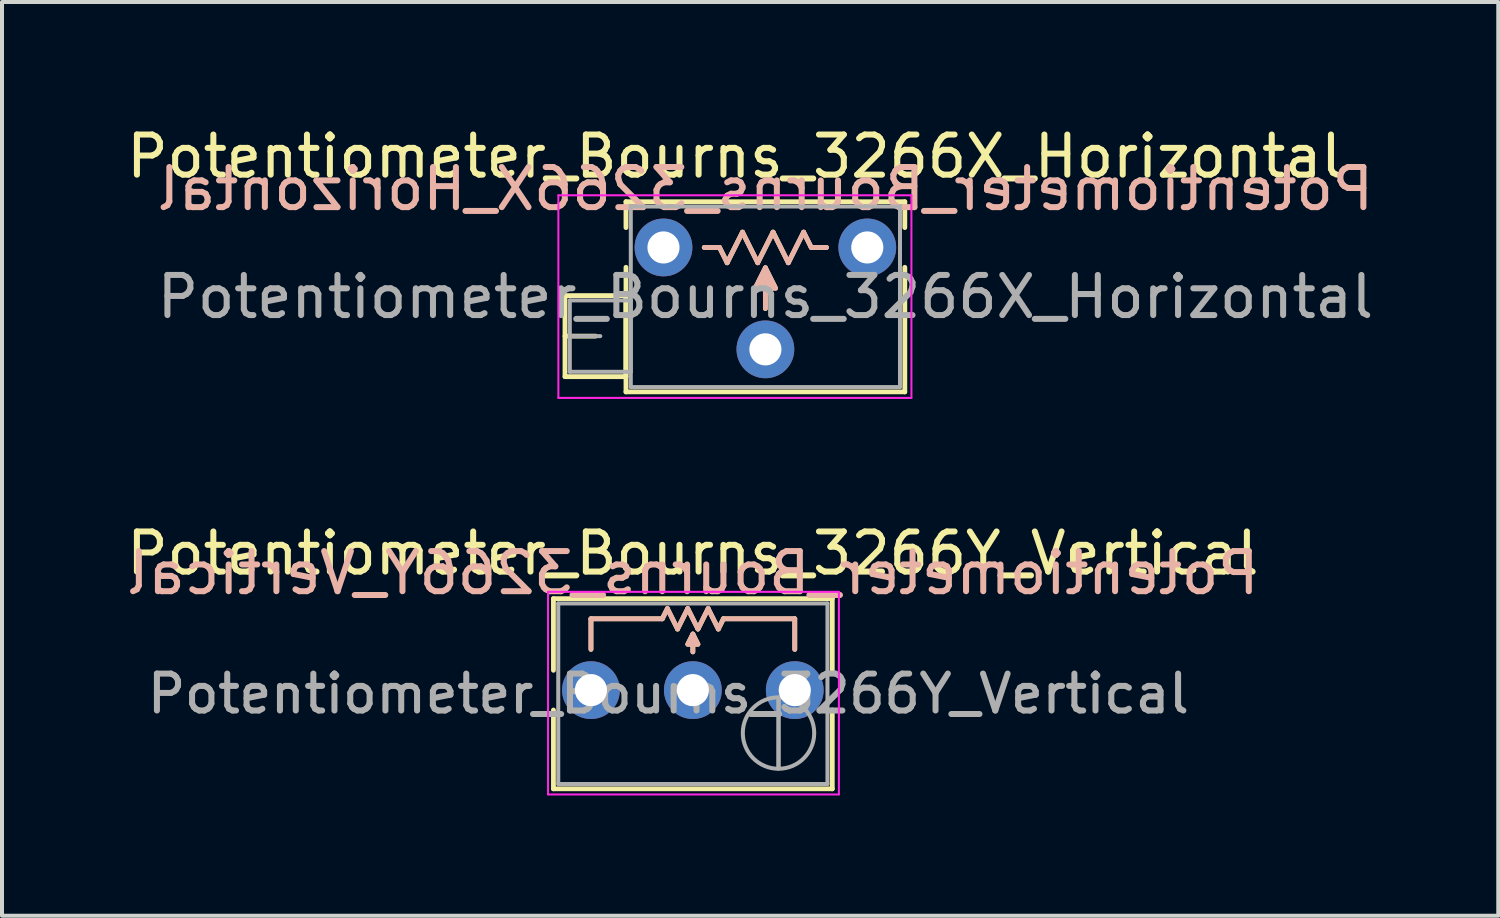
<source format=kicad_pcb>
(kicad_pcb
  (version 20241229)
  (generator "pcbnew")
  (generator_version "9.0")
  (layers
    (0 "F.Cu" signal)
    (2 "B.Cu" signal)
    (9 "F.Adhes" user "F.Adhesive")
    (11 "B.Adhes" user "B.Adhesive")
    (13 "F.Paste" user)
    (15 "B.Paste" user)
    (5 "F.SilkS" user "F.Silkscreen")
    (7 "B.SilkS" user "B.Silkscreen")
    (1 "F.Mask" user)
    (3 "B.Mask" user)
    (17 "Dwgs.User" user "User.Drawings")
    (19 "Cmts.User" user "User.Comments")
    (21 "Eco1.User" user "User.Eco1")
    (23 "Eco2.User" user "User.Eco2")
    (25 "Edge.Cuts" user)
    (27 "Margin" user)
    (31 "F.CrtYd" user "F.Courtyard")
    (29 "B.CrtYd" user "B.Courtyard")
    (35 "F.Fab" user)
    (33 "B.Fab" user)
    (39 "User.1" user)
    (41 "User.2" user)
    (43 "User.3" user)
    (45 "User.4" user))
  (footprint "Potentiometer_Bourns_3266Y_Vertical"
    (layer "F.Cu")
    (at 16.76 14.152)
    (property "Reference" "Potentiometer_Bourns_3266Y_Vertical" (at -2.54 -3.41 0) (layer "F.SilkS") (effects (font (size 1 1) (thickness 0.15))))
    (attr through_hole)
    (fp_line (start -6.015 -2.28) (end -6.015 -0.494) (stroke (width 0.12) (type solid)) (layer "F.SilkS"))
    (fp_line (start -6.015 -2.28) (end 0.935 -2.28) (stroke (width 0.12) (type solid)) (layer "F.SilkS"))
    (fp_line (start -6.015 0.496) (end -6.015 2.46) (stroke (width 0.12) (type solid)) (layer "F.SilkS"))
    (fp_line (start -6.015 2.46) (end 0.935 2.46) (stroke (width 0.12) (type solid)) (layer "F.SilkS"))
    (fp_line (start -5.08 -1.778) (end -5.08 -1.016) (stroke (width 0.12) (type solid)) (layer "F.SilkS"))
    (fp_line (start -3.302 -1.778) (end -5.08 -1.778) (stroke (width 0.12) (type solid)) (layer "F.SilkS"))
    (fp_line (start -3.175 -2.032) (end -3.302 -1.778) (stroke (width 0.12) (type solid)) (layer "F.SilkS"))
    (fp_line (start -2.921 -1.524) (end -3.175 -2.032) (stroke (width 0.12) (type solid)) (layer "F.SilkS"))
    (fp_line (start -2.667 -2.032) (end -2.921 -1.524) (stroke (width 0.12) (type solid)) (layer "F.SilkS"))
    (fp_line (start -2.54 -1.397) (end -2.54 -0.953) (stroke (width 0.12) (type solid)) (layer "F.SilkS"))
    (fp_line (start -2.413 -1.524) (end -2.667 -2.032) (stroke (width 0.12) (type solid)) (layer "F.SilkS"))
    (fp_line (start -2.159 -2.032) (end -2.413 -1.524) (stroke (width 0.12) (type solid)) (layer "F.SilkS"))
    (fp_line (start -1.905 -1.524) (end -2.159 -2.032) (stroke (width 0.12) (type solid)) (layer "F.SilkS"))
    (fp_line (start -1.778 -1.778) (end -1.905 -1.524) (stroke (width 0.12) (type solid)) (layer "F.SilkS"))
    (fp_line (start -1.778 -1.778) (end 0 -1.778) (stroke (width 0.12) (type solid)) (layer "F.SilkS"))
    (fp_line (start 0 -1.778) (end 0 -1.016) (stroke (width 0.12) (type solid)) (layer "F.SilkS"))
    (fp_line (start 0.935 -2.28) (end 0.935 -0.494) (stroke (width 0.12) (type solid)) (layer "F.SilkS"))
    (fp_line (start 0.935 0.496) (end 0.935 2.46) (stroke (width 0.12) (type solid)) (layer "F.SilkS"))
    (fp_poly (pts (xy -2.413 -1.143) (xy -2.667 -1.143) (xy -2.54 -1.397)) (stroke (width 0.12) (type solid)) (fill yes) (layer "F.SilkS"))
    (fp_line (start -5.08 -1.778) (end -3.302 -1.778) (stroke (width 0.12) (type solid)) (layer "B.SilkS"))
    (fp_line (start -5.08 -1.016) (end -5.08 -1.778) (stroke (width 0.12) (type solid)) (layer "B.SilkS"))
    (fp_line (start -3.302 -1.778) (end -3.175 -2.032) (stroke (width 0.12) (type solid)) (layer "B.SilkS"))
    (fp_line (start -3.175 -2.032) (end -2.921 -1.524) (stroke (width 0.12) (type solid)) (layer "B.SilkS"))
    (fp_line (start -2.921 -1.524) (end -2.667 -2.032) (stroke (width 0.12) (type solid)) (layer "B.SilkS"))
    (fp_line (start -2.667 -2.032) (end -2.413 -1.524) (stroke (width 0.12) (type solid)) (layer "B.SilkS"))
    (fp_line (start -2.54 -1.397) (end -2.54 -0.953) (stroke (width 0.12) (type solid)) (layer "B.SilkS"))
    (fp_line (start -2.413 -1.524) (end -2.159 -2.032) (stroke (width 0.12) (type solid)) (layer "B.SilkS"))
    (fp_line (start -2.159 -2.032) (end -1.905 -1.524) (stroke (width 0.12) (type solid)) (layer "B.SilkS"))
    (fp_line (start -1.905 -1.524) (end -1.778 -1.778) (stroke (width 0.12) (type solid)) (layer "B.SilkS"))
    (fp_line (start -1.778 -1.778) (end 0 -1.778) (stroke (width 0.12) (type solid)) (layer "B.SilkS"))
    (fp_line (start 0 -1.778) (end 0 -1.016) (stroke (width 0.12) (type solid)) (layer "B.SilkS"))
    (fp_poly (pts (xy -2.413 -1.143) (xy -2.667 -1.143) (xy -2.54 -1.397)) (stroke (width 0.12) (type solid)) (fill yes) (layer "B.SilkS"))
    (fp_line (start -6.15 -2.45) (end -6.15 2.6) (stroke (width 0.05) (type solid)) (layer "F.CrtYd"))
    (fp_line (start -6.15 2.6) (end 1.1 2.6) (stroke (width 0.05) (type solid)) (layer "F.CrtYd"))
    (fp_line (start 1.1 -2.45) (end -6.15 -2.45) (stroke (width 0.05) (type solid)) (layer "F.CrtYd"))
    (fp_line (start 1.1 2.6) (end 1.1 -2.45) (stroke (width 0.05) (type solid)) (layer "F.CrtYd"))
    (fp_line (start -5.895 -2.16) (end -5.895 2.34) (stroke (width 0.1) (type solid)) (layer "F.Fab"))
    (fp_line (start -5.895 2.34) (end 0.815 2.34) (stroke (width 0.1) (type solid)) (layer "F.Fab"))
    (fp_line (start -0.405 1.952) (end -0.404 0.189) (stroke (width 0.1) (type solid)) (layer "F.Fab"))
    (fp_line (start -0.405 1.952) (end -0.404 0.189) (stroke (width 0.1) (type solid)) (layer "F.Fab"))
    (fp_line (start 0.815 -2.16) (end -5.895 -2.16) (stroke (width 0.1) (type solid)) (layer "F.Fab"))
    (fp_line (start 0.815 2.34) (end 0.815 -2.16) (stroke (width 0.1) (type solid)) (layer "F.Fab"))
    (fp_circle (center -0.405 1.07) (end 0.485 1.07) (stroke (width 0.1) (type solid)) (fill no) (layer "F.Fab"))
    (fp_text user "${REFERENCE}" (at -2.54 -2.921 0) (unlocked yes) (layer "B.SilkS") (effects (font (size 1 1) (thickness 0.15)) (justify mirror)))
    (fp_text user "${REFERENCE}" (at -3.15 0.09 0) (layer "F.Fab") (effects (font (size 0.92 0.92) (thickness 0.15))))
    (pad "1" thru_hole circle (at 0 0) (size 1.44 1.44) (drill 0.8) (layers "*.Cu" "*.Mask"))
    (pad "2" thru_hole circle (at -2.54 0) (size 1.44 1.44) (drill 0.8) (layers "*.Cu" "*.Mask"))
    (pad "3" thru_hole circle (at -5.08 0) (size 1.44 1.44) (drill 0.8) (layers "*.Cu" "*.Mask")))
  (footprint "Potentiometer_Bourns_3266X_Horizontal"
    (layer "F.Cu")
    (at 18.568 3.118)
    (property "Reference" "Potentiometer_Bourns_3266X_Horizontal" (at -3.3 -2.27 0) (layer "F.SilkS") (effects (font (size 1 1) (thickness 0.15))))
    (attr through_hole)
    (fp_line (start -7.535 1.2) (end -7.535 3.22) (stroke (width 0.12) (type solid)) (layer "F.SilkS"))
    (fp_line (start -7.535 1.2) (end -6.016 1.2) (stroke (width 0.12) (type solid)) (layer "F.SilkS"))
    (fp_line (start -7.535 2.21) (end -6.776 2.21) (stroke (width 0.12) (type solid)) (layer "F.SilkS"))
    (fp_line (start -7.535 3.22) (end -6.016 3.22) (stroke (width 0.12) (type solid)) (layer "F.SilkS"))
    (fp_line (start -6.016 1.2) (end -6.016 3.22) (stroke (width 0.12) (type solid)) (layer "F.SilkS"))
    (fp_line (start -6.015 -1.14) (end -6.015 -0.495) (stroke (width 0.12) (type solid)) (layer "F.SilkS"))
    (fp_line (start -6.015 -1.14) (end 0.935 -1.14) (stroke (width 0.12) (type solid)) (layer "F.SilkS"))
    (fp_line (start -6.015 0.495) (end -6.015 3.6) (stroke (width 0.12) (type solid)) (layer "F.SilkS"))
    (fp_line (start -6.015 3.6) (end 0.935 3.6) (stroke (width 0.12) (type solid)) (layer "F.SilkS"))
    (fp_line (start -3.683 0) (end -4.064 0) (stroke (width 0.12) (type solid)) (layer "F.SilkS"))
    (fp_line (start -3.683 0) (end -3.493 0.381) (stroke (width 0.12) (type solid)) (layer "F.SilkS"))
    (fp_line (start -3.493 0.381) (end -3.111 -0.381) (stroke (width 0.12) (type solid)) (layer "F.SilkS"))
    (fp_line (start -3.111 -0.381) (end -2.731 0.381) (stroke (width 0.12) (type solid)) (layer "F.SilkS"))
    (fp_line (start -2.731 0.381) (end -2.349 -0.381) (stroke (width 0.12) (type solid)) (layer "F.SilkS"))
    (fp_line (start -2.54 1.524) (end -2.54 0.508) (stroke (width 0.12) (type solid)) (layer "F.SilkS"))
    (fp_line (start -2.349 -0.381) (end -1.968 0.381) (stroke (width 0.12) (type solid)) (layer "F.SilkS"))
    (fp_line (start -1.968 0.381) (end -1.587 -0.381) (stroke (width 0.12) (type solid)) (layer "F.SilkS"))
    (fp_line (start -1.587 -0.381) (end -1.397 0) (stroke (width 0.12) (type solid)) (layer "F.SilkS"))
    (fp_line (start -1.397 0) (end -1.016 0) (stroke (width 0.12) (type solid)) (layer "F.SilkS"))
    (fp_line (start 0.935 -1.14) (end 0.935 -0.495) (stroke (width 0.12) (type solid)) (layer "F.SilkS"))
    (fp_line (start 0.935 0.495) (end 0.935 3.6) (stroke (width 0.12) (type solid)) (layer "F.SilkS"))
    (fp_poly (pts (xy -2.54 0.508) (xy -2.286 1.016) (xy -2.794 1.016)) (stroke (width 0.12) (type solid)) (fill yes) (layer "F.SilkS"))
    (fp_line (start -4.064 0) (end -3.683 0) (stroke (width 0.12) (type solid)) (layer "B.SilkS"))
    (fp_line (start -3.683 0) (end -3.493 0.381) (stroke (width 0.12) (type solid)) (layer "B.SilkS"))
    (fp_line (start -3.493 0.381) (end -3.111 -0.381) (stroke (width 0.12) (type solid)) (layer "B.SilkS"))
    (fp_line (start -3.111 -0.381) (end -2.731 0.381) (stroke (width 0.12) (type solid)) (layer "B.SilkS"))
    (fp_line (start -2.731 0.381) (end -2.349 -0.381) (stroke (width 0.12) (type solid)) (layer "B.SilkS"))
    (fp_line (start -2.54 1.524) (end -2.54 0.508) (stroke (width 0.12) (type solid)) (layer "B.SilkS"))
    (fp_line (start -2.349 -0.381) (end -1.968 0.381) (stroke (width 0.12) (type solid)) (layer "B.SilkS"))
    (fp_line (start -1.968 0.381) (end -1.587 -0.381) (stroke (width 0.12) (type solid)) (layer "B.SilkS"))
    (fp_line (start -1.587 -0.381) (end -1.397 0) (stroke (width 0.12) (type solid)) (layer "B.SilkS"))
    (fp_line (start -1.397 0) (end -1.016 0) (stroke (width 0.12) (type solid)) (layer "B.SilkS"))
    (fp_poly (pts (xy -2.54 0.508) (xy -2.286 1.016) (xy -2.794 1.016)) (stroke (width 0.12) (type solid)) (fill yes) (layer "B.SilkS"))
    (fp_line (start -7.7 -1.3) (end -7.7 3.75) (stroke (width 0.05) (type solid)) (layer "F.CrtYd"))
    (fp_line (start -7.7 3.75) (end 1.1 3.75) (stroke (width 0.05) (type solid)) (layer "F.CrtYd"))
    (fp_line (start 1.1 -1.3) (end -7.7 -1.3) (stroke (width 0.05) (type solid)) (layer "F.CrtYd"))
    (fp_line (start 1.1 3.75) (end 1.1 -1.3) (stroke (width 0.05) (type solid)) (layer "F.CrtYd"))
    (fp_line (start -7.415 1.32) (end -7.415 3.1) (stroke (width 0.1) (type solid)) (layer "F.Fab"))
    (fp_line (start -7.415 2.21) (end -6.655 2.21) (stroke (width 0.1) (type solid)) (layer "F.Fab"))
    (fp_line (start -7.415 3.1) (end -5.895 3.1) (stroke (width 0.1) (type solid)) (layer "F.Fab"))
    (fp_line (start -5.895 -1.02) (end -5.895 3.48) (stroke (width 0.1) (type solid)) (layer "F.Fab"))
    (fp_line (start -5.895 1.32) (end -7.415 1.32) (stroke (width 0.1) (type solid)) (layer "F.Fab"))
    (fp_line (start -5.895 3.1) (end -5.895 1.32) (stroke (width 0.1) (type solid)) (layer "F.Fab"))
    (fp_line (start -5.895 3.48) (end 0.815 3.48) (stroke (width 0.1) (type solid)) (layer "F.Fab"))
    (fp_line (start 0.815 -1.02) (end -5.895 -1.02) (stroke (width 0.1) (type solid)) (layer "F.Fab"))
    (fp_line (start 0.815 3.48) (end 0.815 -1.02) (stroke (width 0.1) (type solid)) (layer "F.Fab"))
    (fp_text user "${REFERENCE}" (at -2.54 -1.46 0) (unlocked yes) (layer "B.SilkS") (effects (font (size 1 1) (thickness 0.15)) (justify mirror)))
    (fp_text user "${REFERENCE}" (at -2.54 1.23 0) (layer "F.Fab") (effects (font (size 1 1) (thickness 0.15))))
    (pad "1" thru_hole circle (at 0 0) (size 1.44 1.44) (drill 0.8) (layers "*.Cu" "*.Mask"))
    (pad "2" thru_hole circle (at -2.54 2.54) (size 1.44 1.44) (drill 0.8) (layers "*.Cu" "*.Mask"))
    (pad "3" thru_hole circle (at -5.08 0) (size 1.44 1.44) (drill 0.8) (layers "*.Cu" "*.Mask")))
  (gr_rect
    (start -3 -3)
    (end 34.296 19.776)
    (stroke (width 0.1) (type default))
    (fill no)
    (layer "Edge.Cuts")))
</source>
